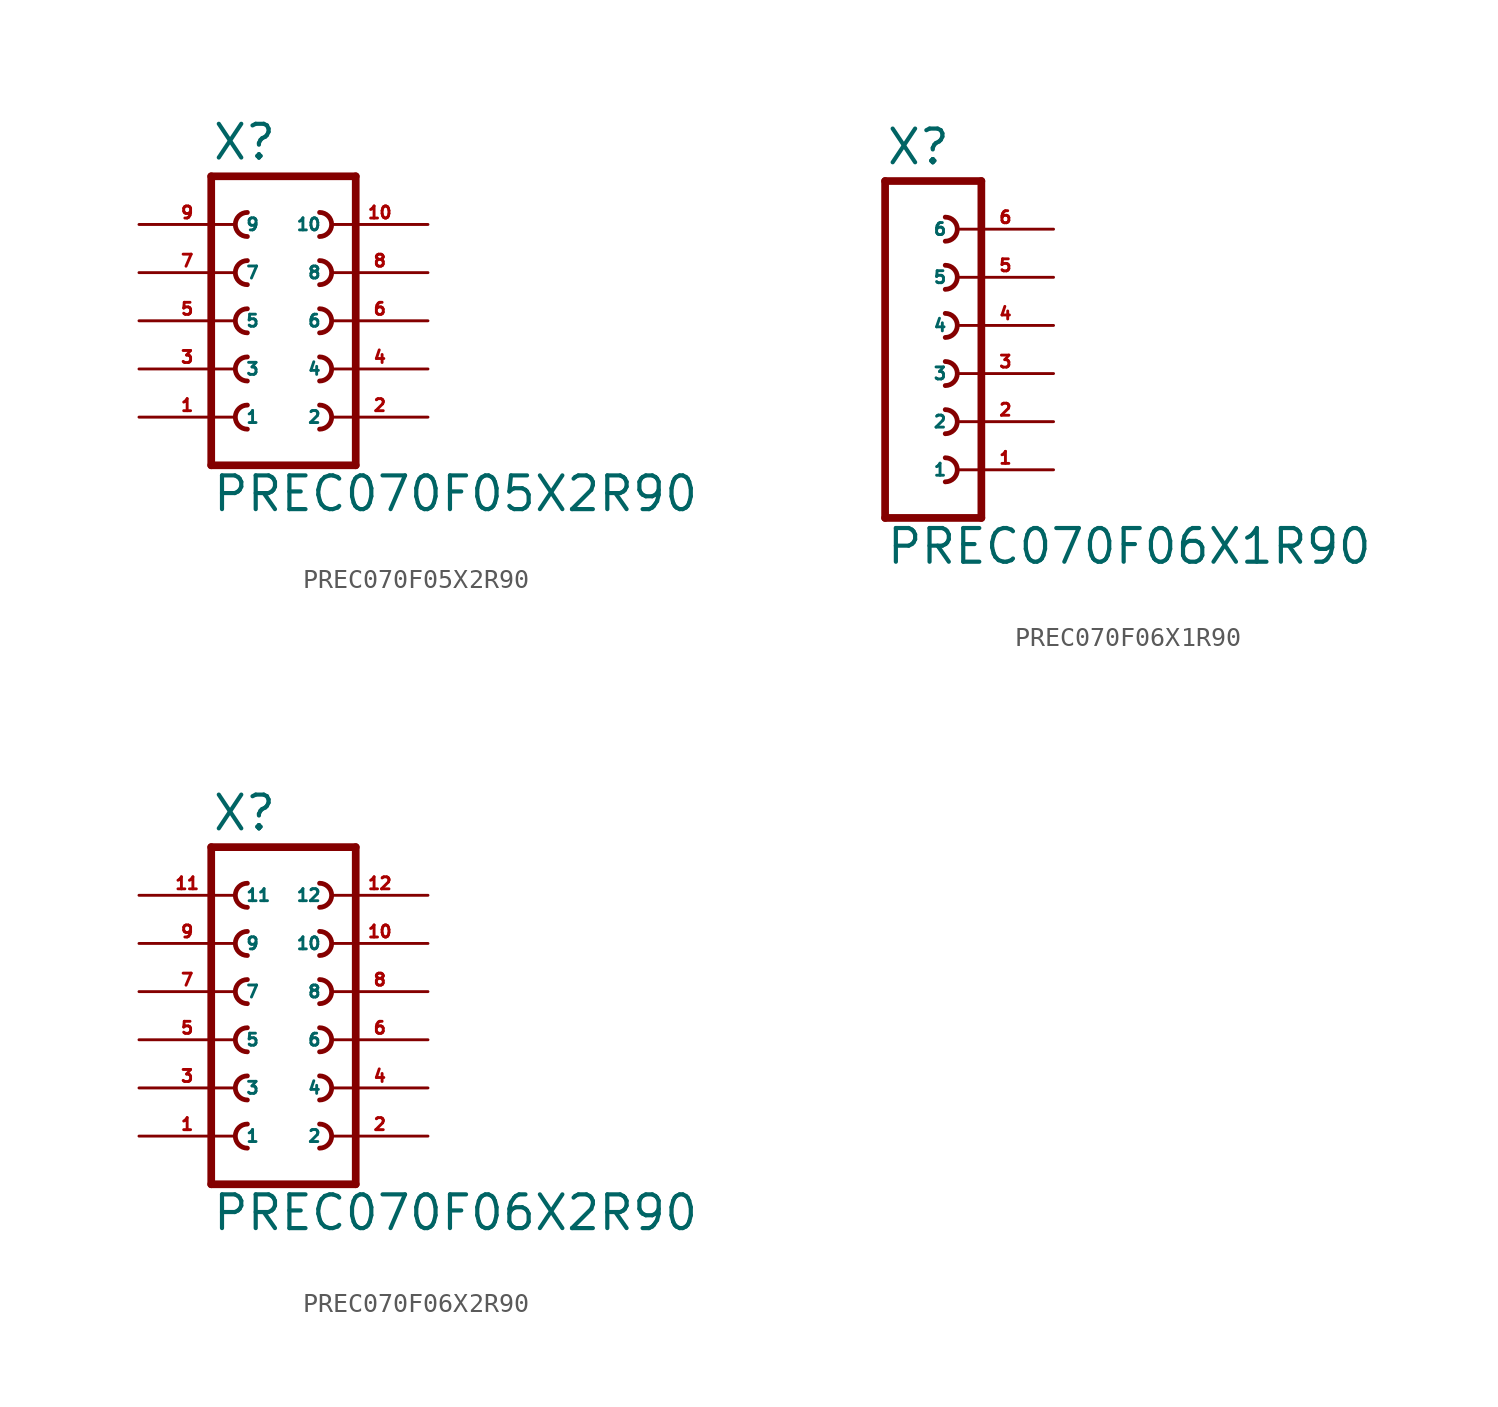
<source format=kicad_sym>
(kicad_symbol_lib
  (version 20220914)
  (generator Eagle2Kicad)
  (symbol "PREC070F05X2R90"
    (property "Reference" "X"
      (at -3.81 8.382 0)
      (effects (font (size 1.778 1.778) (thickness 0.22)) (justify left bottom)))
    (property "Value" "PREC070F05X2R90"
      (at -3.81 -10.16 0)
      (effects (font (size 1.778 1.778) (thickness 0.22)) (justify left bottom)))
    (polyline
      (pts (xy 3.81 -7.62) (xy -3.81 -7.62))
      (stroke (width 0.406) (type default))
      (fill (type none)))
    (arc
      (start -1.905 0.635)
      (mid -2.540 0.000)
      (end -1.905 -0.635)
      (stroke (width 0.254) (type default))
      (fill (type none)))
    (arc
      (start -1.905 -1.905)
      (mid -2.540 -2.540)
      (end -1.905 -3.175)
      (stroke (width 0.254) (type default))
      (fill (type none)))
    (arc
      (start -1.905 -4.445)
      (mid -2.540 -5.080)
      (end -1.905 -5.715)
      (stroke (width 0.254) (type default))
      (fill (type none)))
    (arc
      (start 1.905 -0.635)
      (mid 2.540 0.000)
      (end 1.905 0.635)
      (stroke (width 0.254) (type default))
      (fill (type none)))
    (arc
      (start 1.905 -3.175)
      (mid 2.540 -2.540)
      (end 1.905 -1.905)
      (stroke (width 0.254) (type default))
      (fill (type none)))
    (arc
      (start 1.905 -5.715)
      (mid 2.540 -5.080)
      (end 1.905 -4.445)
      (stroke (width 0.254) (type default))
      (fill (type none)))
    (polyline
      (pts (xy -3.81 7.62) (xy -3.81 -7.62))
      (stroke (width 0.406) (type default))
      (fill (type none)))
    (polyline
      (pts (xy 3.81 -7.62) (xy 3.81 7.62))
      (stroke (width 0.406) (type default))
      (fill (type none)))
    (polyline
      (pts (xy -3.81 7.62) (xy 3.81 7.62))
      (stroke (width 0.406) (type default))
      (fill (type none)))
    (arc
      (start -1.905 5.715)
      (mid -2.540 5.080)
      (end -1.905 4.445)
      (stroke (width 0.254) (type default))
      (fill (type none)))
    (arc
      (start -1.905 3.175)
      (mid -2.540 2.540)
      (end -1.905 1.905)
      (stroke (width 0.254) (type default))
      (fill (type none)))
    (arc
      (start 1.905 4.445)
      (mid 2.540 5.080)
      (end 1.905 5.715)
      (stroke (width 0.254) (type default))
      (fill (type none)))
    (arc
      (start 1.905 1.905)
      (mid 2.540 2.540)
      (end 1.905 3.175)
      (stroke (width 0.254) (type default))
      (fill (type none)))
    (pin passive line
      (at -7.62 -5.08 0)
      (length 5.08)
      (name "1" (effects (font (size 0.635 0.635) (thickness 0.08)) (justify left bottom)))
      (number "1" (effects (font (size 0.635 0.635) (thickness 0.08)) (justify left bottom))))
    (pin passive line
      (at -7.62 -2.54 0)
      (length 5.08)
      (name "3" (effects (font (size 0.635 0.635) (thickness 0.08)) (justify left bottom)))
      (number "3" (effects (font (size 0.635 0.635) (thickness 0.08)) (justify left bottom))))
    (pin passive line
      (at -7.62 0 0)
      (length 5.08)
      (name "5" (effects (font (size 0.635 0.635) (thickness 0.08)) (justify left bottom)))
      (number "5" (effects (font (size 0.635 0.635) (thickness 0.08)) (justify left bottom))))
    (pin passive line
      (at 7.62 -5.08 180)
      (length 5.08)
      (name "2" (effects (font (size 0.635 0.635) (thickness 0.08)) (justify left bottom)))
      (number "2" (effects (font (size 0.635 0.635) (thickness 0.08)) (justify left bottom))))
    (pin passive line
      (at 7.62 -2.54 180)
      (length 5.08)
      (name "4" (effects (font (size 0.635 0.635) (thickness 0.08)) (justify left bottom)))
      (number "4" (effects (font (size 0.635 0.635) (thickness 0.08)) (justify left bottom))))
    (pin passive line
      (at 7.62 0 180)
      (length 5.08)
      (name "6" (effects (font (size 0.635 0.635) (thickness 0.08)) (justify left bottom)))
      (number "6" (effects (font (size 0.635 0.635) (thickness 0.08)) (justify left bottom))))
    (pin passive line
      (at -7.62 2.54 0)
      (length 5.08)
      (name "7" (effects (font (size 0.635 0.635) (thickness 0.08)) (justify left bottom)))
      (number "7" (effects (font (size 0.635 0.635) (thickness 0.08)) (justify left bottom))))
    (pin passive line
      (at -7.62 5.08 0)
      (length 5.08)
      (name "9" (effects (font (size 0.635 0.635) (thickness 0.08)) (justify left bottom)))
      (number "9" (effects (font (size 0.635 0.635) (thickness 0.08)) (justify left bottom))))
    (pin passive line
      (at 7.62 2.54 180)
      (length 5.08)
      (name "8" (effects (font (size 0.635 0.635) (thickness 0.08)) (justify left bottom)))
      (number "8" (effects (font (size 0.635 0.635) (thickness 0.08)) (justify left bottom))))
    (pin passive line
      (at 7.62 5.08 180)
      (length 5.08)
      (name "10" (effects (font (size 0.635 0.635) (thickness 0.08)) (justify left bottom)))
      (number "10" (effects (font (size 0.635 0.635) (thickness 0.08)) (justify left bottom)))))
  (symbol "PREC070F06X1R90"
    (property "Reference" "X"
      (at -1.27 10.922 0)
      (effects (font (size 1.778 1.778) (thickness 0.22)) (justify left bottom)))
    (property "Value" "PREC070F06X1R90"
      (at -1.27 -10.16 0)
      (effects (font (size 1.778 1.778) (thickness 0.22)) (justify left bottom)))
    (polyline
      (pts (xy 3.81 -7.62) (xy -1.27 -7.62))
      (stroke (width 0.406) (type default))
      (fill (type none)))
    (arc
      (start 1.905 -0.635)
      (mid 2.540 0.000)
      (end 1.905 0.635)
      (stroke (width 0.254) (type default))
      (fill (type none)))
    (arc
      (start 1.905 -3.175)
      (mid 2.540 -2.540)
      (end 1.905 -1.905)
      (stroke (width 0.254) (type default))
      (fill (type none)))
    (arc
      (start 1.905 -5.715)
      (mid 2.540 -5.080)
      (end 1.905 -4.445)
      (stroke (width 0.254) (type default))
      (fill (type none)))
    (polyline
      (pts (xy -1.27 10.16) (xy -1.27 -7.62))
      (stroke (width 0.406) (type default))
      (fill (type none)))
    (polyline
      (pts (xy 3.81 -7.62) (xy 3.81 10.16))
      (stroke (width 0.406) (type default))
      (fill (type none)))
    (polyline
      (pts (xy -1.27 10.16) (xy 3.81 10.16))
      (stroke (width 0.406) (type default))
      (fill (type none)))
    (arc
      (start 1.905 4.445)
      (mid 2.540 5.080)
      (end 1.905 5.715)
      (stroke (width 0.254) (type default))
      (fill (type none)))
    (arc
      (start 1.905 1.905)
      (mid 2.540 2.540)
      (end 1.905 3.175)
      (stroke (width 0.254) (type default))
      (fill (type none)))
    (arc
      (start 1.905 6.985)
      (mid 2.540 7.620)
      (end 1.905 8.255)
      (stroke (width 0.254) (type default))
      (fill (type none)))
    (pin passive line
      (at 7.62 -5.08 180)
      (length 5.08)
      (name "1" (effects (font (size 0.635 0.635) (thickness 0.08)) (justify left bottom)))
      (number "1" (effects (font (size 0.635 0.635) (thickness 0.08)) (justify left bottom))))
    (pin passive line
      (at 7.62 -2.54 180)
      (length 5.08)
      (name "2" (effects (font (size 0.635 0.635) (thickness 0.08)) (justify left bottom)))
      (number "2" (effects (font (size 0.635 0.635) (thickness 0.08)) (justify left bottom))))
    (pin passive line
      (at 7.62 0 180)
      (length 5.08)
      (name "3" (effects (font (size 0.635 0.635) (thickness 0.08)) (justify left bottom)))
      (number "3" (effects (font (size 0.635 0.635) (thickness 0.08)) (justify left bottom))))
    (pin passive line
      (at 7.62 2.54 180)
      (length 5.08)
      (name "4" (effects (font (size 0.635 0.635) (thickness 0.08)) (justify left bottom)))
      (number "4" (effects (font (size 0.635 0.635) (thickness 0.08)) (justify left bottom))))
    (pin passive line
      (at 7.62 5.08 180)
      (length 5.08)
      (name "5" (effects (font (size 0.635 0.635) (thickness 0.08)) (justify left bottom)))
      (number "5" (effects (font (size 0.635 0.635) (thickness 0.08)) (justify left bottom))))
    (pin passive line
      (at 7.62 7.62 180)
      (length 5.08)
      (name "6" (effects (font (size 0.635 0.635) (thickness 0.08)) (justify left bottom)))
      (number "6" (effects (font (size 0.635 0.635) (thickness 0.08)) (justify left bottom)))))
  (symbol "PREC070F06X2R90"
    (property "Reference" "X"
      (at -3.81 10.922 0)
      (effects (font (size 1.778 1.778) (thickness 0.22)) (justify left bottom)))
    (property "Value" "PREC070F06X2R90"
      (at -3.81 -10.16 0)
      (effects (font (size 1.778 1.778) (thickness 0.22)) (justify left bottom)))
    (polyline
      (pts (xy 3.81 -7.62) (xy -3.81 -7.62))
      (stroke (width 0.406) (type default))
      (fill (type none)))
    (arc
      (start -1.905 0.635)
      (mid -2.540 0.000)
      (end -1.905 -0.635)
      (stroke (width 0.254) (type default))
      (fill (type none)))
    (arc
      (start -1.905 -1.905)
      (mid -2.540 -2.540)
      (end -1.905 -3.175)
      (stroke (width 0.254) (type default))
      (fill (type none)))
    (arc
      (start -1.905 -4.445)
      (mid -2.540 -5.080)
      (end -1.905 -5.715)
      (stroke (width 0.254) (type default))
      (fill (type none)))
    (arc
      (start 1.905 -0.635)
      (mid 2.540 0.000)
      (end 1.905 0.635)
      (stroke (width 0.254) (type default))
      (fill (type none)))
    (arc
      (start 1.905 -3.175)
      (mid 2.540 -2.540)
      (end 1.905 -1.905)
      (stroke (width 0.254) (type default))
      (fill (type none)))
    (arc
      (start 1.905 -5.715)
      (mid 2.540 -5.080)
      (end 1.905 -4.445)
      (stroke (width 0.254) (type default))
      (fill (type none)))
    (arc
      (start -1.905 5.715)
      (mid -2.540 5.080)
      (end -1.905 4.445)
      (stroke (width 0.254) (type default))
      (fill (type none)))
    (arc
      (start -1.905 3.175)
      (mid -2.540 2.540)
      (end -1.905 1.905)
      (stroke (width 0.254) (type default))
      (fill (type none)))
    (arc
      (start 1.905 4.445)
      (mid 2.540 5.080)
      (end 1.905 5.715)
      (stroke (width 0.254) (type default))
      (fill (type none)))
    (arc
      (start 1.905 1.905)
      (mid 2.540 2.540)
      (end 1.905 3.175)
      (stroke (width 0.254) (type default))
      (fill (type none)))
    (arc
      (start -1.905 8.255)
      (mid -2.540 7.620)
      (end -1.905 6.985)
      (stroke (width 0.254) (type default))
      (fill (type none)))
    (arc
      (start 1.905 6.985)
      (mid 2.540 7.620)
      (end 1.905 8.255)
      (stroke (width 0.254) (type default))
      (fill (type none)))
    (polyline
      (pts (xy -3.81 10.16) (xy -3.81 -7.62))
      (stroke (width 0.406) (type default))
      (fill (type none)))
    (polyline
      (pts (xy 3.81 -7.62) (xy 3.81 10.16))
      (stroke (width 0.406) (type default))
      (fill (type none)))
    (polyline
      (pts (xy -3.81 10.16) (xy 3.81 10.16))
      (stroke (width 0.406) (type default))
      (fill (type none)))
    (pin passive line
      (at -7.62 -5.08 0)
      (length 5.08)
      (name "1" (effects (font (size 0.635 0.635) (thickness 0.08)) (justify left bottom)))
      (number "1" (effects (font (size 0.635 0.635) (thickness 0.08)) (justify left bottom))))
    (pin passive line
      (at -7.62 -2.54 0)
      (length 5.08)
      (name "3" (effects (font (size 0.635 0.635) (thickness 0.08)) (justify left bottom)))
      (number "3" (effects (font (size 0.635 0.635) (thickness 0.08)) (justify left bottom))))
    (pin passive line
      (at -7.62 0 0)
      (length 5.08)
      (name "5" (effects (font (size 0.635 0.635) (thickness 0.08)) (justify left bottom)))
      (number "5" (effects (font (size 0.635 0.635) (thickness 0.08)) (justify left bottom))))
    (pin passive line
      (at 7.62 -5.08 180)
      (length 5.08)
      (name "2" (effects (font (size 0.635 0.635) (thickness 0.08)) (justify left bottom)))
      (number "2" (effects (font (size 0.635 0.635) (thickness 0.08)) (justify left bottom))))
    (pin passive line
      (at 7.62 -2.54 180)
      (length 5.08)
      (name "4" (effects (font (size 0.635 0.635) (thickness 0.08)) (justify left bottom)))
      (number "4" (effects (font (size 0.635 0.635) (thickness 0.08)) (justify left bottom))))
    (pin passive line
      (at 7.62 0 180)
      (length 5.08)
      (name "6" (effects (font (size 0.635 0.635) (thickness 0.08)) (justify left bottom)))
      (number "6" (effects (font (size 0.635 0.635) (thickness 0.08)) (justify left bottom))))
    (pin passive line
      (at -7.62 2.54 0)
      (length 5.08)
      (name "7" (effects (font (size 0.635 0.635) (thickness 0.08)) (justify left bottom)))
      (number "7" (effects (font (size 0.635 0.635) (thickness 0.08)) (justify left bottom))))
    (pin passive line
      (at -7.62 5.08 0)
      (length 5.08)
      (name "9" (effects (font (size 0.635 0.635) (thickness 0.08)) (justify left bottom)))
      (number "9" (effects (font (size 0.635 0.635) (thickness 0.08)) (justify left bottom))))
    (pin passive line
      (at 7.62 2.54 180)
      (length 5.08)
      (name "8" (effects (font (size 0.635 0.635) (thickness 0.08)) (justify left bottom)))
      (number "8" (effects (font (size 0.635 0.635) (thickness 0.08)) (justify left bottom))))
    (pin passive line
      (at 7.62 5.08 180)
      (length 5.08)
      (name "10" (effects (font (size 0.635 0.635) (thickness 0.08)) (justify left bottom)))
      (number "10" (effects (font (size 0.635 0.635) (thickness 0.08)) (justify left bottom))))
    (pin passive line
      (at -7.62 7.62 0)
      (length 5.08)
      (name "11" (effects (font (size 0.635 0.635) (thickness 0.08)) (justify left bottom)))
      (number "11" (effects (font (size 0.635 0.635) (thickness 0.08)) (justify left bottom))))
    (pin passive line
      (at 7.62 7.62 180)
      (length 5.08)
      (name "12" (effects (font (size 0.635 0.635) (thickness 0.08)) (justify left bottom)))
      (number "12" (effects (font (size 0.635 0.635) (thickness 0.08)) (justify left bottom))))))
</source>
